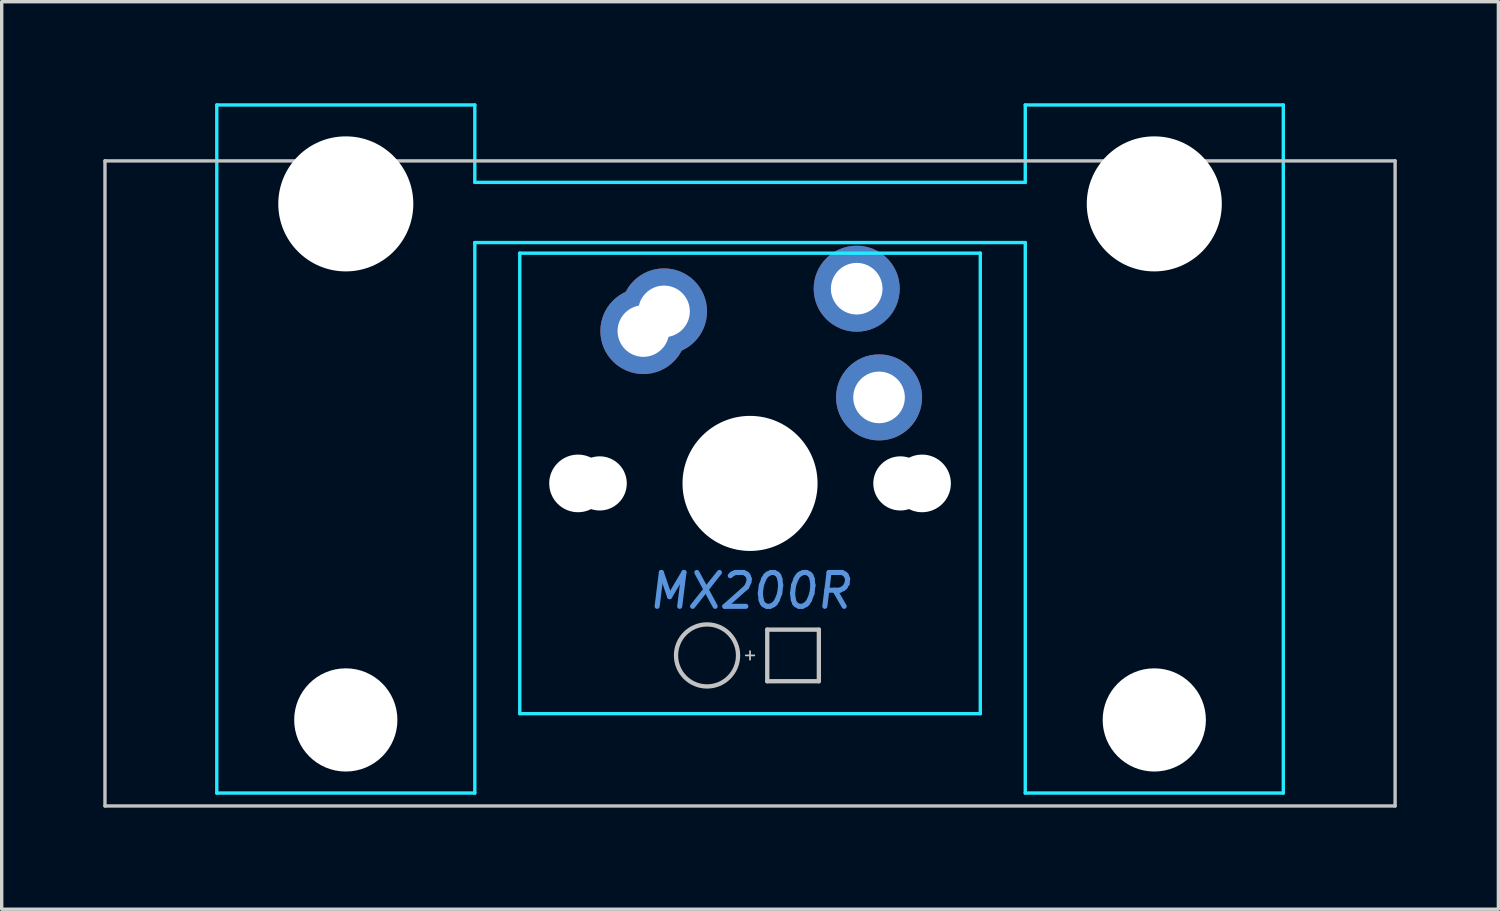
<source format=kicad_pcb>
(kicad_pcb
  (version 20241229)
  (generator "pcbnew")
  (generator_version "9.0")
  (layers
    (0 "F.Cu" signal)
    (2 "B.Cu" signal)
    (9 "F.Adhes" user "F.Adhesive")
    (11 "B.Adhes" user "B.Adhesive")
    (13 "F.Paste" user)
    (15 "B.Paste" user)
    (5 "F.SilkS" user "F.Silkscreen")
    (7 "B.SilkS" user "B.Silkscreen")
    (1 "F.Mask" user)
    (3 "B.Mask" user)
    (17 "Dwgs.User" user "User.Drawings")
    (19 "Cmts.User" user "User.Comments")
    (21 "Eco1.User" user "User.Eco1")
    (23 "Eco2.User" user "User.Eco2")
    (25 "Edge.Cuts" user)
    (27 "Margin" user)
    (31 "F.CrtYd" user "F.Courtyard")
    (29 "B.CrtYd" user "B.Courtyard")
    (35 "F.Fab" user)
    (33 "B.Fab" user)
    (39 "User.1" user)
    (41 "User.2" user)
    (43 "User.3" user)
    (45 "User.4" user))
  (footprint "MX200R"
    (layer "F.Cu")
    (at 19.1 11.226)
    (property "Reference" "MX200R" (at 0 3.175 0) (layer "Cmts.User") (effects (font (size 1 1) (thickness 0.15) (italic yes))))
    (attr through_hole)
    (fp_line (start -19.05 -9.525) (end -19.05 9.525) (stroke (width 0.1) (type solid)) (layer "Dwgs.User"))
    (fp_line (start -19.05 -9.525) (end 19.05 -9.525) (stroke (width 0.1) (type solid)) (layer "Dwgs.User"))
    (fp_line (start -19.05 9.525) (end 19.05 9.525) (stroke (width 0.1) (type solid)) (layer "Dwgs.User"))
    (fp_line (start -0.127 5.08) (end 0.127 5.08) (stroke (width 0.051) (type solid)) (layer "Dwgs.User"))
    (fp_line (start 0 4.953) (end 0 5.207) (stroke (width 0.051) (type solid)) (layer "Dwgs.User"))
    (fp_line (start 0.508 4.318) (end 0.508 5.842) (stroke (width 0.127) (type solid)) (layer "Dwgs.User"))
    (fp_line (start 0.508 4.318) (end 2.032 4.318) (stroke (width 0.127) (type solid)) (layer "Dwgs.User"))
    (fp_line (start 0.508 5.842) (end 2.032 5.842) (stroke (width 0.127) (type solid)) (layer "Dwgs.User"))
    (fp_line (start 2.032 5.842) (end 2.032 4.318) (stroke (width 0.127) (type solid)) (layer "Dwgs.User"))
    (fp_line (start 19.05 -9.525) (end 19.05 9.525) (stroke (width 0.1) (type solid)) (layer "Dwgs.User"))
    (fp_circle (center -1.27 5.08) (end -0.354 5.08) (stroke (width 0.127) (type solid)) (fill no) (layer "Dwgs.User"))
    (fp_line (start -17.17 0.889) (end -17.17 2.921) (stroke (width 0.1) (type solid)) (layer "Eco1.User"))
    (fp_line (start -16.789 3.302) (end -16.535 3.302) (stroke (width 0.1) (type solid)) (layer "Eco1.User"))
    (fp_line (start -16.535 0.508) (end -16.789 0.508) (stroke (width 0.1) (type solid)) (layer "Eco1.User"))
    (fp_line (start -16.154 -6.223) (end -16.154 0.127) (stroke (width 0.1) (type solid)) (layer "Eco1.User"))
    (fp_line (start -16.154 3.683) (end -16.154 5.309) (stroke (width 0.1) (type solid)) (layer "Eco1.User"))
    (fp_line (start -15.773 5.69) (end -9.881 5.69) (stroke (width 0.1) (type solid)) (layer "Eco1.User"))
    (fp_line (start -14.732 -6.604) (end -15.773 -6.604) (stroke (width 0.1) (type solid)) (layer "Eco1.User"))
    (fp_line (start -14.351 -7.391) (end -14.351 -6.985) (stroke (width 0.1) (type solid)) (layer "Eco1.User"))
    (fp_line (start -11.684 -7.772) (end -13.97 -7.772) (stroke (width 0.1) (type solid)) (layer "Eco1.User"))
    (fp_line (start -11.303 -6.985) (end -11.303 -7.391) (stroke (width 0.1) (type solid)) (layer "Eco1.User"))
    (fp_line (start -9.881 -6.604) (end -10.922 -6.604) (stroke (width 0.1) (type solid)) (layer "Eco1.User"))
    (fp_line (start -9.5 -6.198) (end -9.5 -6.223) (stroke (width 0.1) (type solid)) (layer "Eco1.User"))
    (fp_line (start -9.5 5.309) (end -9.5 5.258) (stroke (width 0.1) (type solid)) (layer "Eco1.User"))
    (fp_line (start -9.119 4.877) (end -7.366 4.877) (stroke (width 0.1) (type solid)) (layer "Eco1.User"))
    (fp_line (start -7.366 -5.817) (end -9.119 -5.817) (stroke (width 0.1) (type solid)) (layer "Eco1.User"))
    (fp_line (start -6.985 -6.604) (end -6.985 -6.197) (stroke (width 0.1) (type solid)) (layer "Eco1.User"))
    (fp_line (start -6.985 5.258) (end -6.985 6.604) (stroke (width 0.1) (type solid)) (layer "Eco1.User"))
    (fp_line (start -6.604 -6.985) (end 6.604 -6.985) (stroke (width 0.1) (type solid)) (layer "Eco1.User"))
    (fp_line (start -2.159 0) (end 2.159 0) (stroke (width 0.1) (type solid)) (layer "Eco1.User"))
    (fp_line (start 0 2.159) (end 0 -2.159) (stroke (width 0.1) (type solid)) (layer "Eco1.User"))
    (fp_line (start 6.604 6.985) (end -6.604 6.985) (stroke (width 0.1) (type solid)) (layer "Eco1.User"))
    (fp_line (start 6.985 -6.604) (end 6.985 -6.197) (stroke (width 0.1) (type solid)) (layer "Eco1.User"))
    (fp_line (start 6.985 5.258) (end 6.985 6.604) (stroke (width 0.1) (type solid)) (layer "Eco1.User"))
    (fp_line (start 7.366 -5.817) (end 9.119 -5.817) (stroke (width 0.1) (type solid)) (layer "Eco1.User"))
    (fp_line (start 9.119 4.877) (end 7.366 4.877) (stroke (width 0.1) (type solid)) (layer "Eco1.User"))
    (fp_line (start 9.5 -6.198) (end 9.5 -6.223) (stroke (width 0.1) (type solid)) (layer "Eco1.User"))
    (fp_line (start 9.5 5.309) (end 9.5 5.258) (stroke (width 0.1) (type solid)) (layer "Eco1.User"))
    (fp_line (start 9.881 -6.604) (end 10.922 -6.604) (stroke (width 0.1) (type solid)) (layer "Eco1.User"))
    (fp_line (start 11.303 -6.985) (end 11.303 -7.391) (stroke (width 0.1) (type solid)) (layer "Eco1.User"))
    (fp_line (start 11.684 -7.772) (end 13.97 -7.772) (stroke (width 0.1) (type solid)) (layer "Eco1.User"))
    (fp_line (start 14.351 -7.391) (end 14.351 -6.985) (stroke (width 0.1) (type solid)) (layer "Eco1.User"))
    (fp_line (start 14.732 -6.604) (end 15.773 -6.604) (stroke (width 0.1) (type solid)) (layer "Eco1.User"))
    (fp_line (start 15.773 5.69) (end 9.881 5.69) (stroke (width 0.1) (type solid)) (layer "Eco1.User"))
    (fp_line (start 16.154 -6.223) (end 16.154 0.127) (stroke (width 0.1) (type solid)) (layer "Eco1.User"))
    (fp_line (start 16.154 3.683) (end 16.154 5.309) (stroke (width 0.1) (type solid)) (layer "Eco1.User"))
    (fp_line (start 16.535 0.508) (end 16.789 0.508) (stroke (width 0.1) (type solid)) (layer "Eco1.User"))
    (fp_line (start 16.789 3.302) (end 16.535 3.302) (stroke (width 0.1) (type solid)) (layer "Eco1.User"))
    (fp_line (start 17.17 0.889) (end 17.17 2.921) (stroke (width 0.1) (type solid)) (layer "Eco1.User"))
    (fp_arc (start -17.1704 0.889) (mid -17.058808 0.619592) (end -16.7894 0.508) (stroke (width 0.1) (type solid)) (layer "Eco1.User"))
    (fp_arc (start -16.7894 3.302) (mid -17.058808 3.190408) (end -17.1704 2.921) (stroke (width 0.1) (type solid)) (layer "Eco1.User"))
    (fp_arc (start -16.5354 3.302) (mid -16.265992 3.413592) (end -16.1544 3.683) (stroke (width 0.1) (type solid)) (layer "Eco1.User"))
    (fp_arc (start -16.1544 -6.223) (mid -16.042808 -6.492408) (end -15.7734 -6.604) (stroke (width 0.1) (type solid)) (layer "Eco1.User"))
    (fp_arc (start -16.1544 0.127) (mid -16.265992 0.396408) (end -16.5354 0.508) (stroke (width 0.1) (type solid)) (layer "Eco1.User"))
    (fp_arc (start -15.7734 5.6896) (mid -16.042808 5.578008) (end -16.1544 5.3086) (stroke (width 0.1) (type solid)) (layer "Eco1.User"))
    (fp_arc (start -14.351 -7.3914) (mid -14.239408 -7.660808) (end -13.97 -7.7724) (stroke (width 0.1) (type solid)) (layer "Eco1.User"))
    (fp_arc (start -14.351 -6.985) (mid -14.462592 -6.715592) (end -14.732 -6.604) (stroke (width 0.1) (type solid)) (layer "Eco1.User"))
    (fp_arc (start -11.684 -7.7724) (mid -11.414592 -7.660808) (end -11.303 -7.3914) (stroke (width 0.1) (type solid)) (layer "Eco1.User"))
    (fp_arc (start -10.922 -6.604) (mid -11.191408 -6.715592) (end -11.303 -6.985) (stroke (width 0.1) (type solid)) (layer "Eco1.User"))
    (fp_arc (start -9.8806 -6.604) (mid -9.611192 -6.492408) (end -9.4996 -6.223) (stroke (width 0.1) (type solid)) (layer "Eco1.User"))
    (fp_arc (start -9.4996 5.2578) (mid -9.388008 4.988392) (end -9.1186 4.8768) (stroke (width 0.1) (type solid)) (layer "Eco1.User"))
    (fp_arc (start -9.4996 5.3086) (mid -9.611192 5.578008) (end -9.8806 5.6896) (stroke (width 0.1) (type solid)) (layer "Eco1.User"))
    (fp_arc (start -9.1186 -5.8166) (mid -9.388008 -5.928192) (end -9.4996 -6.1976) (stroke (width 0.1) (type solid)) (layer "Eco1.User"))
    (fp_arc (start -7.366 4.8768) (mid -7.096592 4.988392) (end -6.985 5.2578) (stroke (width 0.1) (type solid)) (layer "Eco1.User"))
    (fp_arc (start -6.985 -6.604) (mid -6.873408 -6.873408) (end -6.604 -6.985) (stroke (width 0.1) (type solid)) (layer "Eco1.User"))
    (fp_arc (start -6.985 -6.1976) (mid -7.096592 -5.928192) (end -7.366 -5.8166) (stroke (width 0.1) (type solid)) (layer "Eco1.User"))
    (fp_arc (start -6.604 6.985) (mid -6.873408 6.873408) (end -6.985 6.604) (stroke (width 0.1) (type solid)) (layer "Eco1.User"))
    (fp_arc (start 6.604 -6.985) (mid 6.873408 -6.873408) (end 6.985 -6.604) (stroke (width 0.1) (type solid)) (layer "Eco1.User"))
    (fp_arc (start 6.985 5.2578) (mid 7.096592 4.988392) (end 7.366 4.8768) (stroke (width 0.1) (type solid)) (layer "Eco1.User"))
    (fp_arc (start 6.985 6.604) (mid 6.873408 6.873408) (end 6.604 6.985) (stroke (width 0.1) (type solid)) (layer "Eco1.User"))
    (fp_arc (start 7.366 -5.8166) (mid 7.096592 -5.928192) (end 6.985 -6.1976) (stroke (width 0.1) (type solid)) (layer "Eco1.User"))
    (fp_arc (start 9.1186 4.8768) (mid 9.388008 4.988392) (end 9.4996 5.2578) (stroke (width 0.1) (type solid)) (layer "Eco1.User"))
    (fp_arc (start 9.4996 -6.223) (mid 9.611192 -6.492408) (end 9.8806 -6.604) (stroke (width 0.1) (type solid)) (layer "Eco1.User"))
    (fp_arc (start 9.4996 -6.1976) (mid 9.388008 -5.928192) (end 9.1186 -5.8166) (stroke (width 0.1) (type solid)) (layer "Eco1.User"))
    (fp_arc (start 9.8806 5.6896) (mid 9.611192 5.578008) (end 9.4996 5.3086) (stroke (width 0.1) (type solid)) (layer "Eco1.User"))
    (fp_arc (start 11.303 -7.3914) (mid 11.414592 -7.660808) (end 11.684 -7.7724) (stroke (width 0.1) (type solid)) (layer "Eco1.User"))
    (fp_arc (start 11.303 -6.985) (mid 11.191408 -6.715592) (end 10.922 -6.604) (stroke (width 0.1) (type solid)) (layer "Eco1.User"))
    (fp_arc (start 13.97 -7.7724) (mid 14.239408 -7.660808) (end 14.351 -7.3914) (stroke (width 0.1) (type solid)) (layer "Eco1.User"))
    (fp_arc (start 14.732 -6.604) (mid 14.462592 -6.715592) (end 14.351 -6.985) (stroke (width 0.1) (type solid)) (layer "Eco1.User"))
    (fp_arc (start 15.7734 -6.604) (mid 16.042808 -6.492408) (end 16.1544 -6.223) (stroke (width 0.1) (type solid)) (layer "Eco1.User"))
    (fp_arc (start 16.1544 3.683) (mid 16.265992 3.413592) (end 16.5354 3.302) (stroke (width 0.1) (type solid)) (layer "Eco1.User"))
    (fp_arc (start 16.1544 5.3086) (mid 16.042808 5.578008) (end 15.7734 5.6896) (stroke (width 0.1) (type solid)) (layer "Eco1.User"))
    (fp_arc (start 16.5354 0.508) (mid 16.265992 0.396408) (end 16.1544 0.127) (stroke (width 0.1) (type solid)) (layer "Eco1.User"))
    (fp_arc (start 16.7894 0.508) (mid 17.058808 0.619592) (end 17.1704 0.889) (stroke (width 0.1) (type solid)) (layer "Eco1.User"))
    (fp_arc (start 17.1704 2.921) (mid 17.058808 3.190408) (end 16.7894 3.302) (stroke (width 0.1) (type solid)) (layer "Eco1.User"))
    (fp_circle (center 0 0) (end -1.994 0) (stroke (width 0.1) (type solid)) (fill no) (layer "Eco1.User"))
    (fp_line (start -15.748 9.144) (end -15.748 -11.176) (stroke (width 0.1) (type solid)) (layer "B.CrtYd"))
    (fp_line (start -8.128 -11.176) (end -15.748 -11.176) (stroke (width 0.1) (type solid)) (layer "B.CrtYd"))
    (fp_line (start -8.128 -8.89) (end -8.128 -11.176) (stroke (width 0.1) (type solid)) (layer "B.CrtYd"))
    (fp_line (start -8.128 -7.112) (end -8.128 9.144) (stroke (width 0.1) (type solid)) (layer "B.CrtYd"))
    (fp_line (start -8.128 9.144) (end -15.748 9.144) (stroke (width 0.1) (type solid)) (layer "B.CrtYd"))
    (fp_line (start -6.8 -6.8) (end -6.8 6.8) (stroke (width 0.1) (type solid)) (layer "B.CrtYd"))
    (fp_line (start 6.8 -6.8) (end -6.8 -6.8) (stroke (width 0.1) (type solid)) (layer "B.CrtYd"))
    (fp_line (start 6.8 -6.8) (end 6.8 6.8) (stroke (width 0.1) (type solid)) (layer "B.CrtYd"))
    (fp_line (start 6.8 6.8) (end -6.8 6.8) (stroke (width 0.1) (type solid)) (layer "B.CrtYd"))
    (fp_line (start 8.128 -8.89) (end -8.128 -8.89) (stroke (width 0.1) (type solid)) (layer "B.CrtYd"))
    (fp_line (start 8.128 -8.89) (end 8.128 -11.176) (stroke (width 0.1) (type solid)) (layer "B.CrtYd"))
    (fp_line (start 8.128 -7.112) (end -8.128 -7.112) (stroke (width 0.1) (type solid)) (layer "B.CrtYd"))
    (fp_line (start 8.128 -7.112) (end 8.128 9.144) (stroke (width 0.1) (type solid)) (layer "B.CrtYd"))
    (fp_line (start 15.748 -11.176) (end 8.128 -11.176) (stroke (width 0.1) (type solid)) (layer "B.CrtYd"))
    (fp_line (start 15.748 9.144) (end 8.128 9.144) (stroke (width 0.1) (type solid)) (layer "B.CrtYd"))
    (fp_line (start 15.748 9.144) (end 15.748 -11.176) (stroke (width 0.1) (type solid)) (layer "B.CrtYd"))
    (pad "" np_thru_hole circle (at -11.938 -8.255) (size 3.988 3.988) (drill 3.988) (layers "*.Cu" "*.Mask"))
    (pad "" np_thru_hole circle (at -11.938 6.985) (size 3.048 3.048) (drill 3.048) (layers "*.Cu" "*.Mask"))
    (pad "" np_thru_hole circle (at -5.08 0) (size 1.702 1.702) (drill 1.702) (layers "*.Cu" "*.Mask"))
    (pad "" np_thru_hole circle (at -4.44 0) (size 1.6 1.6) (drill 1.6) (layers "*.Cu" "*.Mask"))
    (pad "" np_thru_hole circle (at 0 0) (size 3.988 3.988) (drill 3.988) (layers "*.Cu" "*.Mask"))
    (pad "" np_thru_hole circle (at 4.44 0) (size 1.6 1.6) (drill 1.6) (layers "*.Cu" "*.Mask"))
    (pad "" np_thru_hole circle (at 5.08 0) (size 1.702 1.702) (drill 1.702) (layers "*.Cu" "*.Mask"))
    (pad "" np_thru_hole circle (at 11.938 -8.255) (size 3.988 3.988) (drill 3.988) (layers "*.Cu" "*.Mask"))
    (pad "" np_thru_hole circle (at 11.938 6.985) (size 3.048 3.048) (drill 3.048) (layers "*.Cu" "*.Mask"))
    (pad "1" thru_hole circle (at -3.15 -4.5) (size 2.54 2.54) (drill 1.524) (layers "*.Cu" "*.Mask"))
    (pad "1" thru_hole circle (at -2.54 -5.08) (size 2.54 2.54) (drill 1.524) (layers "*.Cu" "*.Mask"))
    (pad "2" thru_hole circle (at 3.15 -5.75) (size 2.54 2.54) (drill 1.524) (layers "*.Cu" "*.Mask"))
    (pad "2" thru_hole circle (at 3.81 -2.54) (size 2.54 2.54) (drill 1.524) (layers "*.Cu" "*.Mask")))
  (gr_rect
    (start -3 -3)
    (end 41.2 23.801)
    (stroke (width 0.1) (type default))
    (fill no)
    (layer "Edge.Cuts")))
</source>
